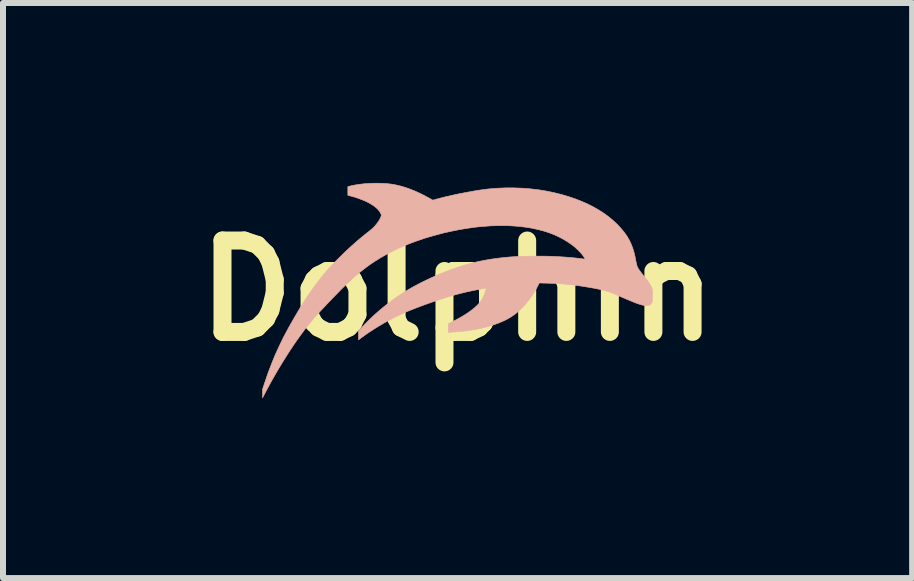
<source format=kicad_pcb>
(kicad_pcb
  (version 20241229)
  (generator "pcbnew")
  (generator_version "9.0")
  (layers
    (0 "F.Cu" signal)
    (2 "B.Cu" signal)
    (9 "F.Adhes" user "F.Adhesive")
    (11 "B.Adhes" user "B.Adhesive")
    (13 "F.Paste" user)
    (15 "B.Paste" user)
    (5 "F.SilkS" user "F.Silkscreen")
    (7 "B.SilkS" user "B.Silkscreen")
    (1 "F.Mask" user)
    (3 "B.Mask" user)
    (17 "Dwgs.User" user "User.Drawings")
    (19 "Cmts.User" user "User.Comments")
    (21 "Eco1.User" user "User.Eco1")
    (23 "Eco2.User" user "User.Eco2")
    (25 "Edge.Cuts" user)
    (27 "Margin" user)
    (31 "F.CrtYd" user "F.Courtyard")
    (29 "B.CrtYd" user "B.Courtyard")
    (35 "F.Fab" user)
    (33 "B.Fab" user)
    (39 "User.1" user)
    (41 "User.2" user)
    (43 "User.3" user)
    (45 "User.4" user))
  (footprint "Dolphin"
    (layer "F.Cu")
    (at 4.579 1.795)
    (property "Reference" "Dolphin" (at 0 0 0) (layer "F.SilkS") (effects (font (size 1.524 1.524) (thickness 0.3))))
    (attr through_hole)
    (fp_poly (pts (xy -1.29 -1.789) (xy -1.222 -1.786) (xy -1.187 -1.784) (xy -1.112 -1.776) (xy -1.035 -1.763) (xy -0.958 -1.745) (xy -0.88 -1.723) (xy -0.8 -1.695) (xy -0.718 -1.663) (xy -0.634 -1.625) (xy -0.547 -1.582) (xy -0.47 -1.54) (xy -0.412 -1.507) (xy -0.372 -1.519) (xy -0.316 -1.534) (xy -0.255 -1.55) (xy -0.19 -1.566) (xy -0.122 -1.581) (xy -0.053 -1.597) (xy 0.018 -1.612) (xy 0.09 -1.626) (xy 0.161 -1.639) (xy 0.23 -1.652) (xy 0.298 -1.664) (xy 0.362 -1.674) (xy 0.423 -1.683) (xy 0.479 -1.69) (xy 0.513 -1.694) (xy 0.655 -1.706) (xy 0.797 -1.712) (xy 0.938 -1.712) (xy 1.078 -1.707) (xy 1.216 -1.696) (xy 1.353 -1.68) (xy 1.488 -1.658) (xy 1.62 -1.63) (xy 1.732 -1.602) (xy 1.848 -1.568) (xy 1.958 -1.531) (xy 2.063 -1.49) (xy 2.162 -1.447) (xy 2.257 -1.399) (xy 2.346 -1.349) (xy 2.431 -1.295) (xy 2.511 -1.237) (xy 2.586 -1.176) (xy 2.656 -1.111) (xy 2.683 -1.084) (xy 2.737 -1.024) (xy 2.786 -0.963) (xy 2.829 -0.901) (xy 2.866 -0.837) (xy 2.897 -0.771) (xy 2.923 -0.702) (xy 2.945 -0.63) (xy 2.954 -0.59) (xy 2.959 -0.568) (xy 2.964 -0.543) (xy 2.969 -0.517) (xy 2.974 -0.492) (xy 2.977 -0.478) (xy 2.981 -0.456) (xy 2.985 -0.438) (xy 2.99 -0.421) (xy 2.995 -0.405) (xy 3.002 -0.389) (xy 3.01 -0.373) (xy 3.02 -0.357) (xy 3.033 -0.338) (xy 3.048 -0.317) (xy 3.067 -0.293) (xy 3.089 -0.265) (xy 3.101 -0.25) (xy 3.126 -0.219) (xy 3.147 -0.192) (xy 3.165 -0.168) (xy 3.181 -0.147) (xy 3.193 -0.129) (xy 3.204 -0.112) (xy 3.214 -0.096) (xy 3.222 -0.081) (xy 3.228 -0.068) (xy 3.234 -0.054) (xy 3.24 -0.041) (xy 3.244 -0.028) (xy 3.247 -0.015) (xy 3.249 -0.000134) (xy 3.25 0.017) (xy 3.251 0.038) (xy 3.251 0.063) (xy 3.251 0.094) (xy 3.251 0.095) (xy 3.25 0.121) (xy 3.25 0.142) (xy 3.25 0.157) (xy 3.249 0.169) (xy 3.248 0.178) (xy 3.247 0.185) (xy 3.246 0.191) (xy 3.244 0.196) (xy 3.242 0.199) (xy 3.233 0.215) (xy 3.22 0.229) (xy 3.205 0.24) (xy 3.195 0.245) (xy 3.185 0.247) (xy 3.169 0.249) (xy 3.15 0.249) (xy 3.148 0.249) (xy 3.131 0.249) (xy 3.114 0.247) (xy 3.095 0.244) (xy 3.075 0.24) (xy 3.053 0.234) (xy 3.028 0.226) (xy 3 0.216) (xy 2.968 0.205) (xy 2.932 0.191) (xy 2.892 0.174) (xy 2.846 0.155) (xy 2.836 0.151) (xy 2.808 0.139) (xy 2.778 0.126) (xy 2.748 0.114) (xy 2.719 0.101) (xy 2.693 0.09) (xy 2.67 0.08) (xy 2.665 0.078) (xy 2.644 0.068) (xy 2.623 0.059) (xy 2.603 0.051) (xy 2.585 0.043) (xy 2.572 0.038) (xy 2.568 0.036) (xy 2.533 0.024) (xy 2.495 0.012) (xy 2.454 0.000165) (xy 2.409 -0.011) (xy 2.359 -0.023) (xy 2.304 -0.034) (xy 2.245 -0.045) (xy 2.18 -0.056) (xy 2.109 -0.068) (xy 2.086 -0.071) (xy 2.029 -0.08) (xy 1.974 -0.087) (xy 1.921 -0.094) (xy 1.868 -0.1) (xy 1.815 -0.105) (xy 1.761 -0.11) (xy 1.704 -0.114) (xy 1.645 -0.117) (xy 1.583 -0.12) (xy 1.515 -0.123) (xy 1.443 -0.125) (xy 1.43 -0.125) (xy 1.363 -0.127) (xy 1.342 -0.086) (xy 1.325 -0.053) (xy 1.309 -0.024) (xy 1.292 0.005) (xy 1.274 0.035) (xy 1.253 0.068) (xy 1.243 0.083) (xy 1.191 0.156) (xy 1.136 0.224) (xy 1.079 0.286) (xy 1.019 0.343) (xy 0.957 0.394) (xy 0.892 0.439) (xy 0.825 0.478) (xy 0.775 0.503) (xy 0.685 0.541) (xy 0.59 0.575) (xy 0.491 0.605) (xy 0.386 0.631) (xy 0.277 0.652) (xy 0.164 0.67) (xy 0.045 0.683) (xy -0.078 0.692) (xy -0.11 0.694) (xy -0.152 0.696) (xy -0.152 0.623) (xy -0.152 0.551) (xy -0.064 0.508) (xy 0.013 0.468) (xy 0.084 0.427) (xy 0.15 0.386) (xy 0.211 0.344) (xy 0.266 0.301) (xy 0.315 0.258) (xy 0.327 0.247) (xy 0.356 0.216) (xy 0.382 0.185) (xy 0.403 0.153) (xy 0.423 0.117) (xy 0.441 0.08) (xy 0.447 0.064) (xy 0.453 0.047) (xy 0.46 0.029) (xy 0.466 0.01) (xy 0.471 -0.007) (xy 0.475 -0.021) (xy 0.478 -0.033) (xy 0.479 -0.039) (xy 0.479 -0.04) (xy 0.478 -0.041) (xy 0.477 -0.041) (xy 0.474 -0.041) (xy 0.47 -0.041) (xy 0.463 -0.04) (xy 0.454 -0.039) (xy 0.441 -0.036) (xy 0.425 -0.033) (xy 0.404 -0.029) (xy 0.378 -0.024) (xy 0.348 -0.018) (xy 0.311 -0.011) (xy 0.31 -0.011) (xy 0.219 0.008) (xy 0.132 0.027) (xy 0.047 0.048) (xy -0.037 0.07) (xy -0.122 0.095) (xy -0.21 0.121) (xy -0.301 0.151) (xy -0.333 0.161) (xy -0.418 0.19) (xy -0.5 0.219) (xy -0.578 0.247) (xy -0.652 0.275) (xy -0.722 0.302) (xy -0.787 0.328) (xy -0.847 0.352) (xy -0.88 0.367) (xy -0.903 0.377) (xy -0.93 0.39) (xy -0.96 0.404) (xy -0.992 0.42) (xy -1.025 0.436) (xy -1.058 0.452) (xy -1.09 0.468) (xy -1.119 0.483) (xy -1.145 0.497) (xy -1.164 0.507) (xy -1.229 0.543) (xy -1.295 0.582) (xy -1.36 0.621) (xy -1.423 0.662) (xy -1.484 0.701) (xy -1.54 0.74) (xy -1.592 0.778) (xy -1.599 0.783) (xy -1.651 0.822) (xy -1.651 0.75) (xy -1.651 0.678) (xy -1.622 0.644) (xy -1.58 0.598) (xy -1.534 0.549) (xy -1.484 0.499) (xy -1.431 0.448) (xy -1.377 0.397) (xy -1.321 0.348) (xy -1.265 0.3) (xy -1.232 0.273) (xy -1.133 0.195) (xy -1.034 0.122) (xy -0.934 0.055) (xy -0.832 -0.009) (xy -0.727 -0.069) (xy -0.618 -0.127) (xy -0.583 -0.144) (xy -0.46 -0.203) (xy -0.341 -0.257) (xy -0.224 -0.306) (xy -0.109 -0.35) (xy 0.004 -0.389) (xy 0.117 -0.424) (xy 0.229 -0.456) (xy 0.342 -0.483) (xy 0.456 -0.506) (xy 0.571 -0.525) (xy 0.688 -0.541) (xy 0.773 -0.551) (xy 0.803 -0.554) (xy 0.83 -0.556) (xy 0.858 -0.559) (xy 0.887 -0.561) (xy 0.917 -0.563) (xy 0.951 -0.565) (xy 0.99 -0.568) (xy 1.005 -0.569) (xy 1.025 -0.57) (xy 1.05 -0.57) (xy 1.08 -0.571) (xy 1.114 -0.572) (xy 1.151 -0.573) (xy 1.191 -0.573) (xy 1.233 -0.574) (xy 1.275 -0.574) (xy 1.317 -0.574) (xy 1.359 -0.574) (xy 1.4 -0.574) (xy 1.438 -0.574) (xy 1.473 -0.573) (xy 1.504 -0.573) (xy 1.531 -0.572) (xy 1.543 -0.572) (xy 1.634 -0.568) (xy 1.725 -0.563) (xy 1.812 -0.557) (xy 1.897 -0.55) (xy 1.978 -0.542) (xy 2.054 -0.533) (xy 2.076 -0.53) (xy 2.093 -0.528) (xy 2.107 -0.526) (xy 2.119 -0.525) (xy 2.125 -0.525) (xy 2.126 -0.525) (xy 2.126 -0.529) (xy 2.122 -0.536) (xy 2.115 -0.547) (xy 2.107 -0.56) (xy 2.097 -0.575) (xy 2.086 -0.59) (xy 2.075 -0.604) (xy 2.065 -0.617) (xy 2.061 -0.621) (xy 2.048 -0.635) (xy 2.032 -0.652) (xy 2.014 -0.671) (xy 1.995 -0.689) (xy 1.976 -0.706) (xy 1.96 -0.721) (xy 1.951 -0.729) (xy 1.905 -0.765) (xy 1.855 -0.8) (xy 1.801 -0.834) (xy 1.744 -0.867) (xy 1.686 -0.897) (xy 1.628 -0.924) (xy 1.61 -0.932) (xy 1.522 -0.966) (xy 1.429 -0.995) (xy 1.332 -1.02) (xy 1.231 -1.042) (xy 1.126 -1.058) (xy 1.017 -1.071) (xy 0.905 -1.079) (xy 0.79 -1.084) (xy 0.672 -1.083) (xy 0.551 -1.079) (xy 0.428 -1.07) (xy 0.302 -1.058) (xy 0.174 -1.04) (xy 0.045 -1.019) (xy -0.086 -0.993) (xy -0.219 -0.964) (xy -0.265 -0.952) (xy -0.41 -0.913) (xy -0.55 -0.872) (xy -0.684 -0.826) (xy -0.813 -0.778) (xy -0.937 -0.726) (xy -1.057 -0.67) (xy -1.171 -0.611) (xy -1.281 -0.549) (xy -1.387 -0.483) (xy -1.479 -0.42) (xy -1.52 -0.39) (xy -1.56 -0.359) (xy -1.6 -0.328) (xy -1.64 -0.296) (xy -1.68 -0.262) (xy -1.721 -0.227) (xy -1.762 -0.19) (xy -1.805 -0.15) (xy -1.85 -0.108) (xy -1.897 -0.062) (xy -1.946 -0.014) (xy -1.997 0.039) (xy -2.052 0.095) (xy -2.11 0.155) (xy -2.172 0.22) (xy -2.174 0.222) (xy -2.21 0.261) (xy -2.243 0.296) (xy -2.272 0.326) (xy -2.298 0.354) (xy -2.321 0.379) (xy -2.342 0.402) (xy -2.361 0.422) (xy -2.378 0.442) (xy -2.394 0.46) (xy -2.409 0.478) (xy -2.424 0.495) (xy -2.439 0.513) (xy -2.455 0.532) (xy -2.471 0.553) (xy -2.486 0.572) (xy -2.547 0.648) (xy -2.608 0.731) (xy -2.671 0.818) (xy -2.735 0.911) (xy -2.799 1.007) (xy -2.862 1.106) (xy -2.926 1.208) (xy -2.989 1.313) (xy -3.051 1.419) (xy -3.112 1.527) (xy -3.171 1.636) (xy -3.221 1.73) (xy -3.251 1.789) (xy -3.251 1.646) (xy -3.219 1.549) (xy -3.164 1.386) (xy -3.104 1.228) (xy -3.041 1.074) (xy -2.973 0.925) (xy -2.902 0.779) (xy -2.828 0.64) (xy -2.777 0.549) (xy -2.728 0.463) (xy -2.681 0.383) (xy -2.636 0.307) (xy -2.592 0.235) (xy -2.549 0.166) (xy -2.506 0.101) (xy -2.464 0.039) (xy -2.422 -0.021) (xy -2.38 -0.079) (xy -2.36 -0.106) (xy -2.318 -0.161) (xy -2.278 -0.212) (xy -2.239 -0.26) (xy -2.2 -0.307) (xy -2.16 -0.352) (xy -2.118 -0.398) (xy -2.074 -0.446) (xy -2.026 -0.495) (xy -1.978 -0.543) (xy -1.884 -0.636) (xy -1.79 -0.723) (xy -1.697 -0.807) (xy -1.602 -0.887) (xy -1.506 -0.965) (xy -1.481 -0.984) (xy -1.452 -1.007) (xy -1.428 -1.028) (xy -1.407 -1.047) (xy -1.387 -1.067) (xy -1.368 -1.088) (xy -1.365 -1.092) (xy -1.342 -1.12) (xy -1.321 -1.149) (xy -1.303 -1.178) (xy -1.288 -1.206) (xy -1.277 -1.231) (xy -1.273 -1.245) (xy -1.271 -1.252) (xy -1.271 -1.258) (xy -1.272 -1.265) (xy -1.276 -1.274) (xy -1.281 -1.285) (xy -1.298 -1.316) (xy -1.321 -1.346) (xy -1.349 -1.374) (xy -1.382 -1.402) (xy -1.422 -1.429) (xy -1.467 -1.456) (xy -1.497 -1.472) (xy -1.545 -1.495) (xy -1.599 -1.517) (xy -1.655 -1.538) (xy -1.712 -1.557) (xy -1.769 -1.573) (xy -1.82 -1.586) (xy -1.829 -1.588) (xy -1.829 -1.733) (xy -1.803 -1.74) (xy -1.751 -1.752) (xy -1.693 -1.763) (xy -1.631 -1.772) (xy -1.565 -1.78) (xy -1.498 -1.785) (xy -1.429 -1.789) (xy -1.359 -1.79) (xy -1.29 -1.789)) (stroke (width 0.01) (type solid)) (fill yes) (layer "B.SilkS")))
  (gr_rect
    (start -3 -3)
    (end 12.159 6.589)
    (stroke (width 0.1) (type default))
    (fill no)
    (layer "Edge.Cuts")))
</source>
